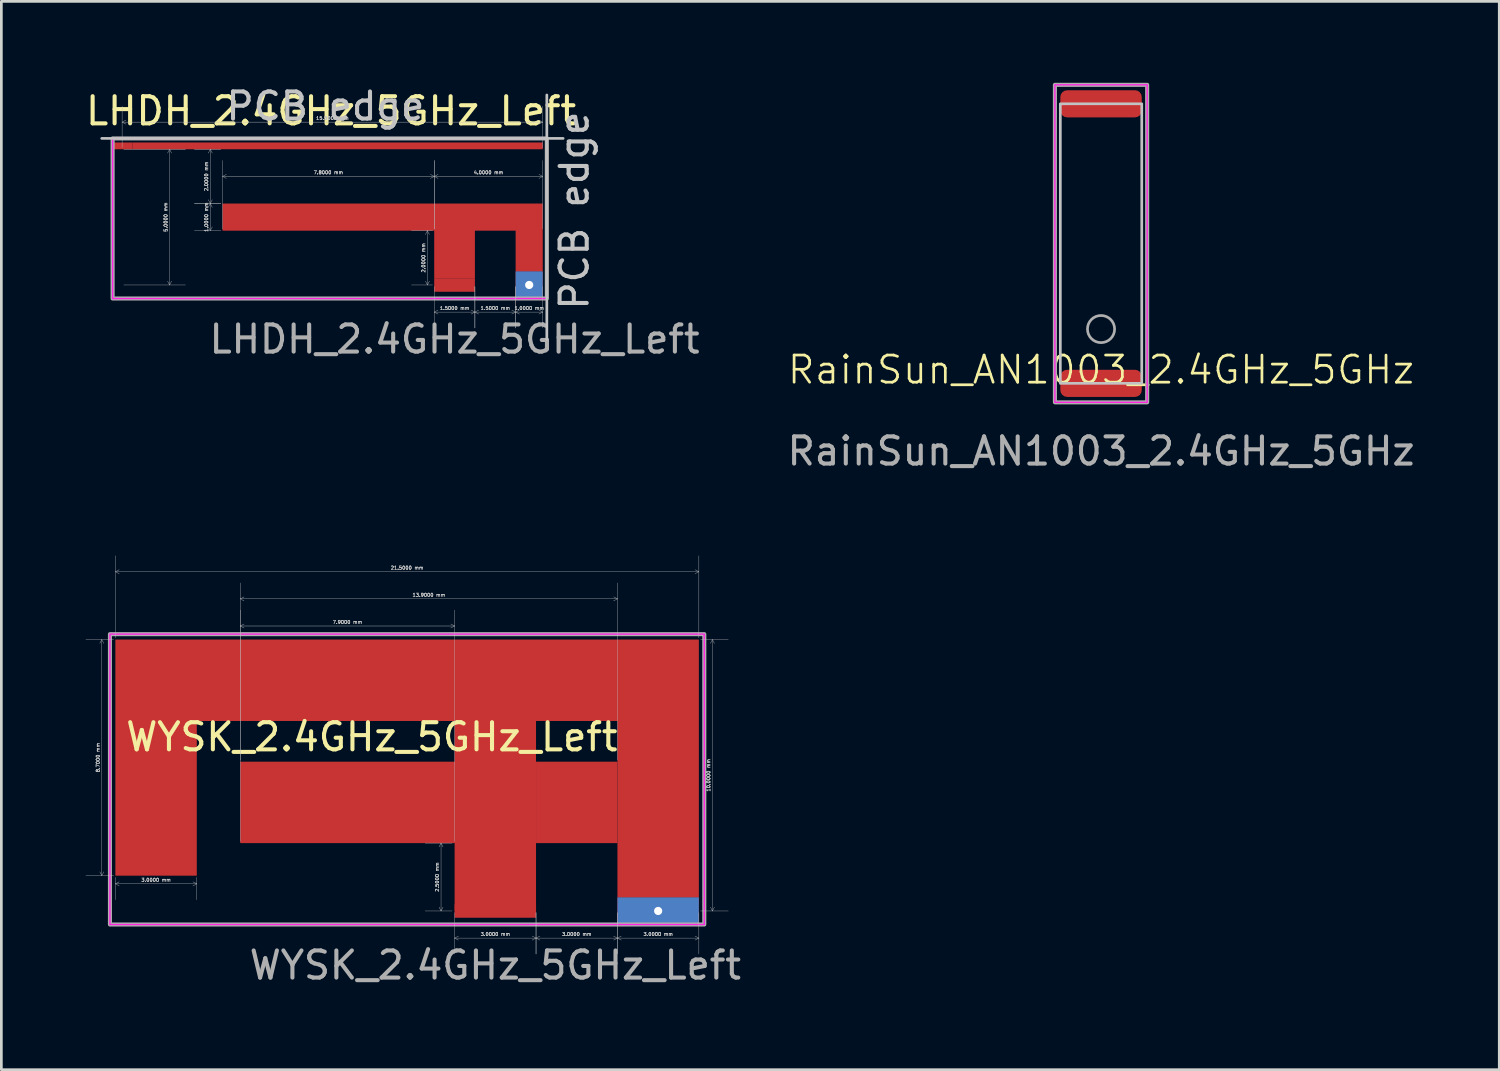
<source format=kicad_pcb>
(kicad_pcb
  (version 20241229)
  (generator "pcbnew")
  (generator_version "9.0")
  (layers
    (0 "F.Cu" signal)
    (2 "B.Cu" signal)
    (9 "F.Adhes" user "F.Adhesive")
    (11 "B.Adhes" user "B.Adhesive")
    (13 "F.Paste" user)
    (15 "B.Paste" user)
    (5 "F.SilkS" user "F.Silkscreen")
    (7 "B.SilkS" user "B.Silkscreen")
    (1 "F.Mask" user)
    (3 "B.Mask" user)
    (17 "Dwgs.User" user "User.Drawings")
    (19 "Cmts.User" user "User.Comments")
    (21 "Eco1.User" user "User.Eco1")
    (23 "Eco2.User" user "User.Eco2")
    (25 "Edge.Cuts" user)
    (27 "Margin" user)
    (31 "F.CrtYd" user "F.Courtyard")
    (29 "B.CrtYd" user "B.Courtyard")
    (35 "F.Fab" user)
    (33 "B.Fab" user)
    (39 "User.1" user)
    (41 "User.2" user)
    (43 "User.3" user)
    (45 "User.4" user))
  (footprint "LHDH_2.4GHz_5GHz_Left"
    (layer "F.Cu")
    (at 13.699 7.45)
    (property "Reference" "LHDH_2.4GHz_5GHz_Left" (at -4.55 -6.41 0) (layer "F.SilkS") (effects (font (size 1 1) (thickness 0.15))))
    (attr exclude_from_pos_files exclude_from_bom)
    (fp_rect (start -11.875 -5.25) (end 3.25 -5) (stroke (width 0) (type solid)) (fill yes) (layer "F.Cu"))
    (fp_poly (pts (xy 2.25 -0.5) (xy 2.25 -2) (xy 0.75 -2) (xy 0.75 -0.25) (xy -0.75 -0.25) (xy -0.75 -2) (xy -8.55 -2) (xy -8.55 -3) (xy 3.25 -3) (xy 3.25 -0.5)) (stroke (width 0) (type solid)) (fill yes) (layer "F.Cu"))
    (fp_line (start 3.4 2) (end 3.4 -7) (stroke (width 0.1) (type default)) (layer "Dwgs.User"))
    (fp_line (start 4 -5.4) (end -13 -5.4) (stroke (width 0.1) (type default)) (layer "Dwgs.User"))
    (fp_rect (start -12.6 -5.4) (end 3.4 0.5) (stroke (width 0.05) (type default)) (fill no) (layer "F.CrtYd"))
    (fp_rect (start -12.6 -5.4) (end 3.4 0.5) (stroke (width 0.15) (type default)) (fill no) (layer "F.Fab"))
    (fp_text user "PCB edge" (at -8.5 -6 0) (unlocked yes) (layer "Dwgs.User") (effects (font (size 1 1) (thickness 0.15)) (justify left bottom)))
    (fp_text user "PCB edge" (at 5 1 90) (unlocked yes) (layer "Dwgs.User") (effects (font (size 1 1) (thickness 0.15)) (justify left bottom)))
    (fp_text user "${REFERENCE}" (at 0 2 0) (layer "F.Fab") (effects (font (size 1 1) (thickness 0.15))))
    (dimension (type aligned) (layer "Dwgs.User") (pts (xy 16.949 5.45) (xy 12.949 5.45)) (height 2) (format (prefix "") (suffix "") (units 3) (units_format 1) (precision 4)) (style (thickness 0.013) (arrow_length 0.159) (text_position_mode 0) (arrow_direction outward) (extension_height 0.586) (extension_offset 0.062) (keep_text_aligned yes)) (gr_text "4.0000 mm" (at 14.949 3.306 0) (layer "Dwgs.User") (effects (font (size 0.125 0.125) (thickness 0.019)))))
    (dimension (type aligned) (layer "Dwgs.User") (pts (xy 14.449 7.45) (xy 15.949 7.45)) (height 1) (format (prefix "") (suffix "") (units 3) (units_format 1) (precision 4)) (style (thickness 0.013) (arrow_length 0.159) (text_position_mode 0) (arrow_direction outward) (extension_height 0.586) (extension_offset 0.062) (keep_text_aligned yes)) (gr_text "1.5000 mm" (at 15.199 8.306 0) (layer "Dwgs.User") (effects (font (size 0.125 0.125) (thickness 0.019)))))
    (dimension (type aligned) (layer "Dwgs.User") (pts (xy 16.949 2.45) (xy 1.449 2.45)) (height 1) (format (prefix "") (suffix "") (units 3) (units_format 1) (precision 4)) (style (thickness 0.013) (arrow_length 0.159) (text_position_mode 0) (arrow_direction outward) (extension_height 0.586) (extension_offset 0.062) (keep_text_aligned yes)) (gr_text "15.5000 mm" (at 9.199 1.306 0) (layer "Dwgs.User") (effects (font (size 0.125 0.125) (thickness 0.019)))))
    (dimension (type aligned) (layer "Dwgs.User") (pts (xy 15.949 7.45) (xy 16.949 7.45)) (height 1) (format (prefix "") (suffix "") (units 3) (units_format 1) (precision 4)) (style (thickness 0.013) (arrow_length 0.159) (text_position_mode 0) (arrow_direction outward) (extension_height 0.586) (extension_offset 0.062) (keep_text_aligned yes)) (gr_text "1.0000 mm" (at 16.449 8.306 0) (layer "Dwgs.User") (effects (font (size 0.125 0.125) (thickness 0.019)))))
    (dimension (type aligned) (layer "Dwgs.User") (pts (xy 5.149 5.45) (xy 5.149 4.45)) (height -0.45) (format (prefix "") (suffix "") (units 3) (units_format 1) (precision 4)) (style (thickness 0.013) (arrow_length 0.159) (text_position_mode 0) (arrow_direction outward) (extension_height 0.586) (extension_offset 0.062) (keep_text_aligned yes)) (gr_text "1.0000 mm" (at 4.555 4.95 90) (layer "Dwgs.User") (effects (font (size 0.125 0.125) (thickness 0.019)))))
    (dimension (type aligned) (layer "Dwgs.User") (pts (xy 12.949 5.45) (xy 5.149 5.45)) (height 2) (format (prefix "") (suffix "") (units 3) (units_format 1) (precision 4)) (style (thickness 0.013) (arrow_length 0.159) (text_position_mode 0) (arrow_direction outward) (extension_height 0.586) (extension_offset 0.062) (keep_text_aligned yes)) (gr_text "7.8000 mm" (at 9.049 3.306 0) (layer "Dwgs.User") (effects (font (size 0.125 0.125) (thickness 0.019)))))
    (dimension (type aligned) (layer "Dwgs.User") (pts (xy 5.149 4.45) (xy 5.149 2.45)) (height -0.45) (format (prefix "") (suffix "") (units 3) (units_format 1) (precision 4)) (style (thickness 0.013) (arrow_length 0.159) (text_position_mode 0) (arrow_direction outward) (extension_height 0.586) (extension_offset 0.062) (keep_text_aligned yes)) (gr_text "2.0000 mm" (at 4.555 3.45 90) (layer "Dwgs.User") (effects (font (size 0.125 0.125) (thickness 0.019)))))
    (dimension (type aligned) (layer "Dwgs.User") (pts (xy 12.949 7.45) (xy 14.449 7.45)) (height 1) (format (prefix "") (suffix "") (units 3) (units_format 1) (precision 4)) (style (thickness 0.013) (arrow_length 0.159) (text_position_mode 0) (arrow_direction outward) (extension_height 0.586) (extension_offset 0.062) (keep_text_aligned yes)) (gr_text "1.5000 mm" (at 13.699 8.306 0) (layer "Dwgs.User") (effects (font (size 0.125 0.125) (thickness 0.019)))))
    (dimension (type aligned) (layer "Dwgs.User") (pts (xy 12.949 5.45) (xy 12.949 7.45)) (height 0.25) (format (prefix "") (suffix "") (units 3) (units_format 1) (precision 4)) (style (thickness 0.013) (arrow_length 0.159) (text_position_mode 0) (arrow_direction outward) (extension_height 0.586) (extension_offset 0.062) (keep_text_aligned yes)) (gr_text "2.0000 mm" (at 12.555 6.45 90) (layer "Dwgs.User") (effects (font (size 0.125 0.125) (thickness 0.019)))))
    (dimension (type orthogonal) (layer "Dwgs.User") (pts (xy 1.449 2.45) (xy 1.449 7.45)) (height 1.75) (orientation 1) (format (prefix "") (suffix "") (units 3) (units_format 1) (precision 4)) (style (thickness 0.013) (arrow_length 0.159) (text_position_mode 0) (arrow_direction outward) (extension_height 0.586) (extension_offset 0.062) (keep_text_aligned yes)) (gr_text "5.0000 mm" (at 3.055 4.95 90) (layer "Dwgs.User") (effects (font (size 0.125 0.125) (thickness 0.019)))))
    (pad "1" connect rect (at 0 0) (size 1.5 0.5) (layers "F.Cu"))
    (pad "2" connect rect (at -12.25 -5.125) (size 0.75 0.25) (layers "F.Cu"))
    (pad "2" thru_hole rect (at 2.75 0) (size 1 1) (drill 0.3) (layers "*.Cu"))
    (zone (net_name "") (layers "F.Cu" "B.Cu") (hatch edge 0.5) (connect_pads) (min_thickness 0.25) (filled_areas_thickness no) (keepout (tracks allowed) (vias not_allowed) (pads allowed) (copperpour not_allowed) (footprints allowed)) (placement (enabled no)) (fill) (polygon (pts (xy 1.449 7.45) (xy 15.949 7.45) (xy 15.949 6.95) (xy 16.949 6.95) (xy 16.949 2.45) (xy 1.449 2.45)))))
  (footprint "WYSK_2.4GHz_5GHz_Left"
    (layer "F.Cu")
    (at 15.201 30.516)
    (property "Reference" "WYSK_2.4GHz_5GHz_Left" (at -4.55 -6.41 0) (layer "F.SilkS") (effects (font (size 1 1) (thickness 0.15))))
    (attr exclude_from_pos_files exclude_from_bom)
    (fp_rect (start 1.5 -5.5) (end 4.5 -2.5) (stroke (width 0) (type solid)) (fill yes) (layer "F.Cu"))
    (fp_poly (pts (xy 7.5 -0.5) (xy 7.5 -10) (xy -14 -10) (xy -14 -1.3) (xy -11 -1.3) (xy -11 -7) (xy -1.5 -7) (xy -1.5 -5.5) (xy -9.4 -5.5) (xy -9.4 -2.5) (xy -1.5 -2.5) (xy -1.5 0) (xy 1.5 0) (xy 1.5 -7) (xy 4.5 -7) (xy 4.5 -0.5)) (stroke (width 0) (type solid)) (fill yes) (layer "F.Cu"))
    (fp_rect (start -14.2 -10.2) (end 7.7 0.5) (stroke (width 0.05) (type default)) (fill no) (layer "F.CrtYd"))
    (fp_rect (start -14.2 -10.2) (end 7.7 0.5) (stroke (width 0.15) (type default)) (fill no) (layer "F.Fab"))
    (fp_text user "${REFERENCE}" (at 0 2 0) (layer "F.Fab") (effects (font (size 1 1) (thickness 0.15))))
    (dimension (type aligned) (layer "Dwgs.User") (pts (xy 4.201 29.216) (xy 1.201 29.216)) (height -0.3) (format (prefix "") (suffix "") (units 3) (units_format 1) (precision 4)) (style (thickness 0.013) (arrow_length 0.159) (text_position_mode 0) (arrow_direction outward) (extension_height 0.586) (extension_offset 0.062) (keep_text_aligned yes)) (gr_text "3.0000 mm" (at 2.701 29.372 0) (layer "Dwgs.User") (effects (font (size 0.125 0.125) (thickness 0.019)))))
    (dimension (type aligned) (layer "Dwgs.User") (pts (xy 19.701 30.516) (xy 22.701 30.516)) (height 1) (format (prefix "") (suffix "") (units 3) (units_format 1) (precision 4)) (style (thickness 0.013) (arrow_length 0.159) (text_position_mode 0) (arrow_direction outward) (extension_height 0.586) (extension_offset 0.062) (keep_text_aligned yes)) (gr_text "3.0000 mm" (at 21.201 31.372 0) (layer "Dwgs.User") (effects (font (size 0.125 0.125) (thickness 0.019)))))
    (dimension (type aligned) (layer "Dwgs.User") (pts (xy 13.666 28.016) (xy 13.666 30.516)) (height 0.465) (format (prefix "") (suffix "") (units 3) (units_format 1) (precision 4)) (style (thickness 0.013) (arrow_length 0.159) (text_position_mode 0) (arrow_direction outward) (extension_height 0.586) (extension_offset 0.062) (keep_text_aligned yes)) (gr_text "2.5000 mm" (at 13.057 29.266 90) (layer "Dwgs.User") (effects (font (size 0.125 0.125) (thickness 0.019)))))
    (dimension (type aligned) (layer "Dwgs.User") (pts (xy 13.701 30.516) (xy 16.701 30.516)) (height 1) (format (prefix "") (suffix "") (units 3) (units_format 1) (precision 4)) (style (thickness 0.013) (arrow_length 0.159) (text_position_mode 0) (arrow_direction outward) (extension_height 0.586) (extension_offset 0.062) (keep_text_aligned yes)) (gr_text "3.0000 mm" (at 15.201 31.372 0) (layer "Dwgs.User") (effects (font (size 0.125 0.125) (thickness 0.019)))))
    (dimension (type aligned) (layer "Dwgs.User") (pts (xy 13.701 28.016) (xy 5.801 28.016)) (height 8) (format (prefix "") (suffix "") (units 3) (units_format 1) (precision 4)) (style (thickness 0.013) (arrow_length 0.159) (text_position_mode 0) (arrow_direction outward) (extension_height 0.586) (extension_offset 0.062) (keep_text_aligned yes)) (gr_text "7.9000 mm" (at 9.751 19.872 0) (layer "Dwgs.User") (effects (font (size 0.125 0.125) (thickness 0.019)))))
    (dimension (type aligned) (layer "Dwgs.User") (pts (xy 19.701 25.016) (xy 5.801 25.016)) (height 6) (format (prefix "") (suffix "") (units 3) (units_format 1) (precision 4)) (style (thickness 0.013) (arrow_length 0.159) (text_position_mode 0) (arrow_direction outward) (extension_height 0.586) (extension_offset 0.062) (keep_text_aligned yes)) (gr_text "13.9000 mm" (at 12.751 18.872 0) (layer "Dwgs.User") (effects (font (size 0.125 0.125) (thickness 0.019)))))
    (dimension (type aligned) (layer "Dwgs.User") (pts (xy 16.701 30.516) (xy 19.701 30.516)) (height 1) (format (prefix "") (suffix "") (units 3) (units_format 1) (precision 4)) (style (thickness 0.013) (arrow_length 0.159) (text_position_mode 0) (arrow_direction outward) (extension_height 0.586) (extension_offset 0.062) (keep_text_aligned yes)) (gr_text "3.0000 mm" (at 18.201 31.372 0) (layer "Dwgs.User") (effects (font (size 0.125 0.125) (thickness 0.019)))))
    (dimension (type aligned) (layer "Dwgs.User") (pts (xy 22.701 20.516) (xy 1.201 20.516)) (height 2.5) (format (prefix "") (suffix "") (units 3) (units_format 1) (precision 4)) (style (thickness 0.013) (arrow_length 0.159) (text_position_mode 0) (arrow_direction outward) (extension_height 0.586) (extension_offset 0.062) (keep_text_aligned yes)) (gr_text "21.5000 mm" (at 11.951 17.872 0) (layer "Dwgs.User") (effects (font (size 0.125 0.125) (thickness 0.019)))))
    (dimension (type orthogonal) (layer "Dwgs.User") (pts (xy 22.701 20.516) (xy 22.701 30.516)) (height 0.5) (orientation 1) (format (prefix "") (suffix "") (units 3) (units_format 1) (precision 4)) (style (thickness 0.013) (arrow_length 0.159) (text_position_mode 0) (arrow_direction outward) (extension_height 0.586) (extension_offset 0.062) (keep_text_aligned yes)) (gr_text "10.0000 mm" (at 23.057 25.516 90) (layer "Dwgs.User") (effects (font (size 0.125 0.125) (thickness 0.019)))))
    (dimension (type orthogonal) (layer "Dwgs.User") (pts (xy 1.201 29.216) (xy 1.201 20.516)) (height -0.5) (orientation 1) (format (prefix "") (suffix "") (units 3) (units_format 1) (precision 4)) (style (thickness 0.013) (arrow_length 0.159) (text_position_mode 0) (arrow_direction outward) (extension_height 0.586) (extension_offset 0.062) (keep_text_aligned yes)) (gr_text "8.7000 mm" (at 0.557 24.866 90) (layer "Dwgs.User") (effects (font (size 0.125 0.125) (thickness 0.019)))))
    (pad "1" connect rect (at 0 0) (size 3 0.5) (layers "F.Cu"))
    (pad "2" thru_hole rect (at 6 0) (size 3 1) (drill 0.3) (layers "*.Cu"))
    (zone (net_name "") (layers "F.Cu" "B.Cu") (hatch edge 0.5) (connect_pads) (min_thickness 0.25) (filled_areas_thickness no) (keepout (tracks allowed) (vias not_allowed) (pads allowed) (copperpour not_allowed) (footprints allowed)) (placement (enabled no)) (fill) (polygon (pts (xy 1.001 30.516) (xy 19.701 30.516) (xy 19.701 30.016) (xy 22.701 30.016) (xy 22.701 30.766) (xy 22.901 30.766) (xy 22.901 20.316) (xy 1.001 20.316)))))
  (footprint "RainSun_AN1003_2.4GHz_5GHz"
    (layer "F.Cu")
    (at 37.52 11.075)
    (property "Reference" "RainSun_AN1003_2.4GHz_5GHz" (at 0 -0.5 0) (unlocked yes) (layer "F.SilkS") (effects (font (size 1 1) (thickness 0.1))))
    (attr smd)
    (fp_rect (start -1.5 -10.3) (end 1.5 0) (stroke (width 0.1) (type default)) (fill no) (layer "Dwgs.User"))
    (fp_rect (start -1.7 -11) (end 1.7 0.7) (stroke (width 0.05) (type default)) (fill no) (layer "F.CrtYd"))
    (fp_rect (start -1.7 -11) (end 1.7 0.7) (stroke (width 0.15) (type default)) (fill no) (layer "F.Fab"))
    (fp_circle (center 0 -2) (end 0.5 -2) (stroke (width 0.1) (type solid)) (fill no) (layer "F.Fab"))
    (fp_text user "${REFERENCE}" (at 0 2.5 0) (unlocked yes) (layer "F.Fab") (effects (font (size 1 1) (thickness 0.15))))
    (pad "1" smd roundrect (at 0 0) (size 3 1) (layers "F.Cu" "F.Mask" "F.Paste") (roundrect_rratio 0.25))
    (pad "2" smd roundrect (at 0 -10.3) (size 3 1) (layers "F.Cu" "F.Mask" "F.Paste") (roundrect_rratio 0.25)))
  (gr_rect
    (start -3 -3)
    (end 52.193 36.364)
    (stroke (width 0.1) (type default))
    (fill no)
    (layer "Edge.Cuts")))
</source>
